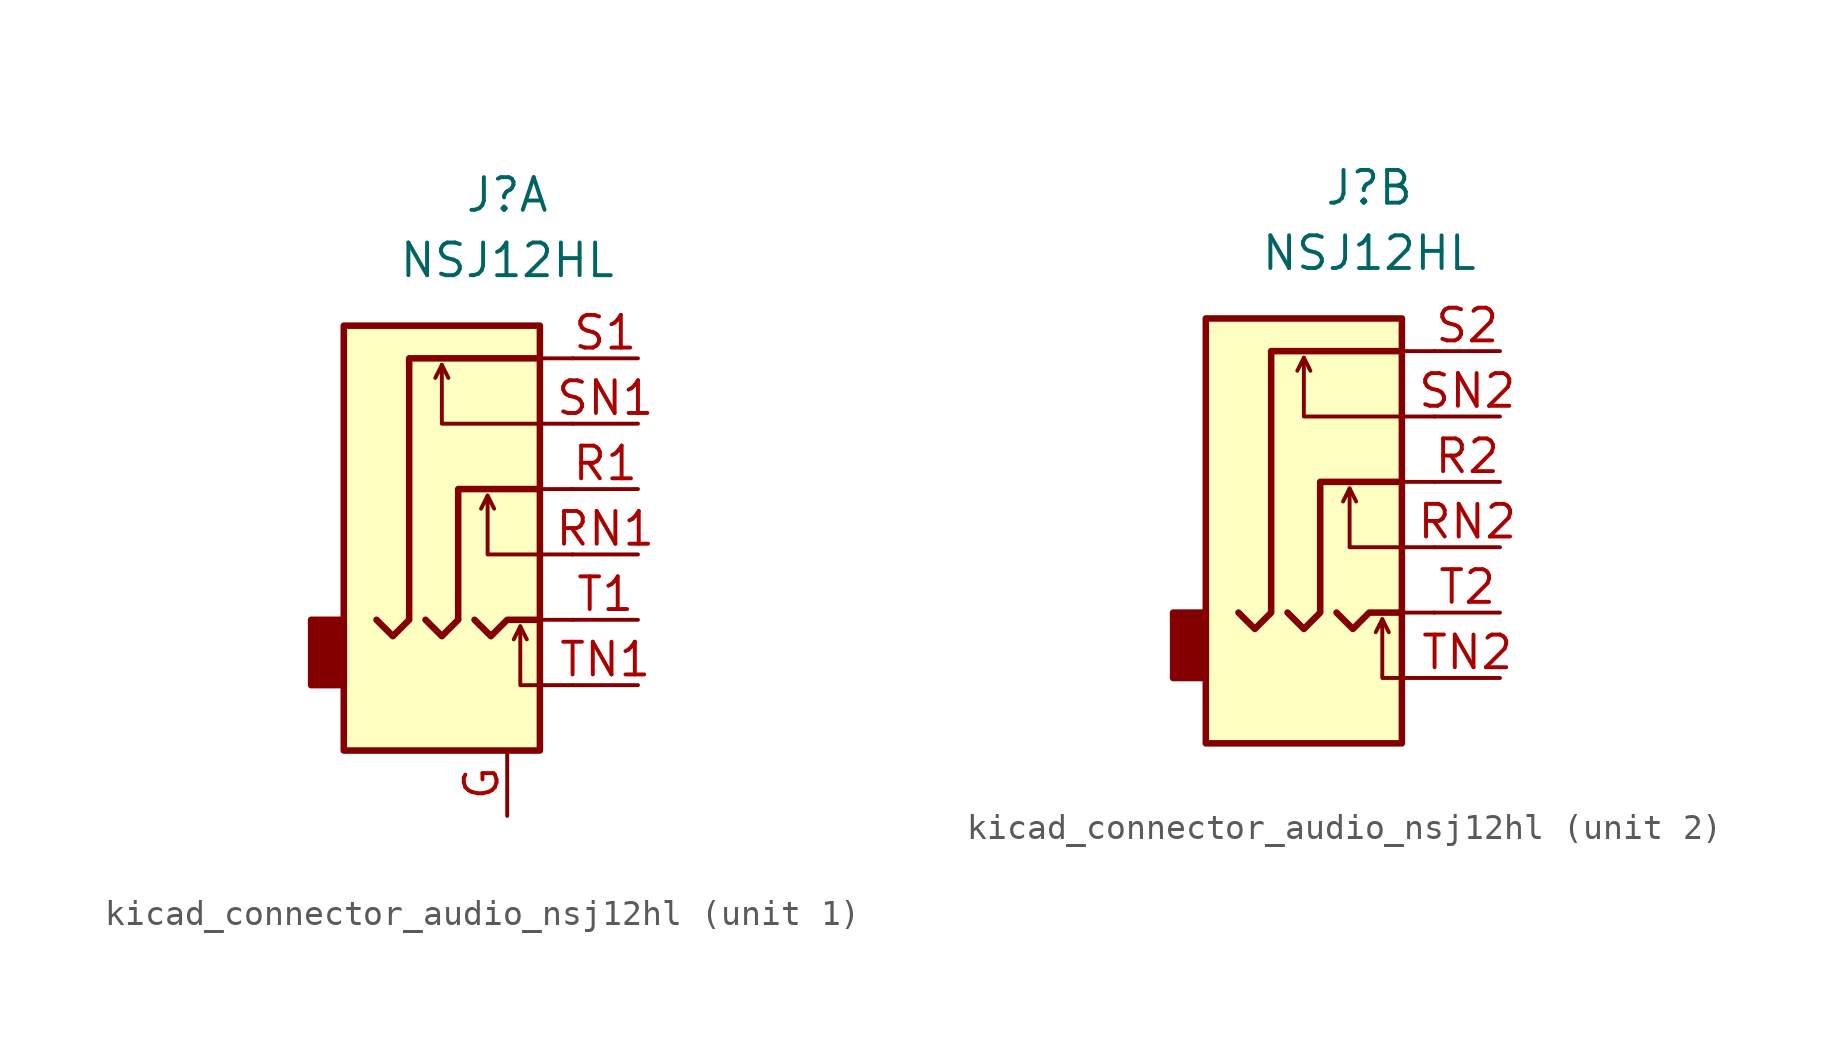
<source format=kicad_sym>
(kicad_symbol_lib
  (version 20220914)
  (generator kicad_symbol_editor)
  (symbol "kicad_connector_audio_nsj12hl"
    (property "Reference" "J"
      (at 0 11.43 0)
      (effects (font (size 1.27 1.27))))
    (property "Value" "NSJ12HL"
      (at 0 8.89 0)
      (effects (font (size 1.27 1.27))))
    (symbol "kicad_connector_audio_nsj12hl_0_1"
      (rectangle (start -6.35 -5.08) (end -7.62 -7.62) (stroke (width 0.254) (type default)) (fill (type outline)))
      (polyline (pts (xy -2.54 4.826) (xy -2.286 4.318)) (stroke (width 0) (type default)) (fill (type none)))
      (polyline (pts (xy -0.762 -0.254) (xy -0.508 -0.762)) (stroke (width 0) (type default)) (fill (type none)))
      (polyline (pts (xy 0.508 -5.334) (xy 0.762 -5.842)) (stroke (width 0) (type default)) (fill (type none)))
      (polyline (pts (xy 1.27 0) (xy 2.54 0)) (stroke (width 0) (type default)) (fill (type none)))
      (polyline (pts (xy 2.54 -5.08) (xy 1.27 -5.08)) (stroke (width 0) (type default)) (fill (type none)))
      (polyline (pts (xy 2.54 5.08) (xy 1.27 5.08)) (stroke (width 0) (type default)) (fill (type none)))
      (polyline (pts (xy -1.27 -5.08) (xy -0.635 -5.715) (xy 0 -5.08) (xy 1.27 -5.08)) (stroke (width 0.254) (type default)) (fill (type none)))
      (polyline (pts (xy 2.54 -7.62) (xy 0.508 -7.62) (xy 0.508 -5.334) (xy 0.254 -5.842)) (stroke (width 0) (type default)) (fill (type none)))
      (polyline (pts (xy 2.54 -2.54) (xy -0.762 -2.54) (xy -0.762 -0.254) (xy -1.016 -0.762)) (stroke (width 0) (type default)) (fill (type none)))
      (polyline (pts (xy 2.54 2.54) (xy -2.54 2.54) (xy -2.54 4.826) (xy -2.794 4.318)) (stroke (width 0) (type default)) (fill (type none)))
      (polyline (pts (xy -3.175 -5.08) (xy -2.54 -5.715) (xy -1.905 -5.08) (xy -1.905 0) (xy 1.27 0)) (stroke (width 0.254) (type default)) (fill (type none)))
      (polyline (pts (xy 1.27 5.08) (xy -3.81 5.08) (xy -3.81 -5.08) (xy -4.445 -5.715) (xy -5.08 -5.08)) (stroke (width 0.254) (type default)) (fill (type none)))
      (rectangle (start 1.27 6.35) (end -6.35 -10.16) (stroke (width 0.254) (type default)) (fill (type background))))
    (symbol "kicad_connector_audio_nsj12hl_1_1"
      (pin passive line (at 0 -12.7 90) (length 2.54) (name "~" (effects (font (size 1.27 1.27)))) (number "G" (effects (font (size 1.27 1.27)))))
      (pin passive line (at 5.08 0 180) (length 2.54) (name "~" (effects (font (size 1.27 1.27)))) (number "R1" (effects (font (size 1.27 1.27)))))
      (pin passive line (at 5.08 -2.54 180) (length 2.54) (name "~" (effects (font (size 1.27 1.27)))) (number "RN1" (effects (font (size 1.27 1.27)))))
      (pin passive line (at 5.08 5.08 180) (length 2.54) (name "~" (effects (font (size 1.27 1.27)))) (number "S1" (effects (font (size 1.27 1.27)))))
      (pin passive line (at 5.08 2.54 180) (length 2.54) (name "~" (effects (font (size 1.27 1.27)))) (number "SN1" (effects (font (size 1.27 1.27)))))
      (pin passive line (at 5.08 -5.08 180) (length 2.54) (name "~" (effects (font (size 1.27 1.27)))) (number "T1" (effects (font (size 1.27 1.27)))))
      (pin passive line (at 5.08 -7.62 180) (length 2.54) (name "~" (effects (font (size 1.27 1.27)))) (number "TN1" (effects (font (size 1.27 1.27))))))
    (symbol "kicad_connector_audio_nsj12hl_2_1"
      (pin passive line (at 5.08 0 180) (length 2.54) (name "~" (effects (font (size 1.27 1.27)))) (number "R2" (effects (font (size 1.27 1.27)))))
      (pin passive line (at 5.08 -2.54 180) (length 2.54) (name "~" (effects (font (size 1.27 1.27)))) (number "RN2" (effects (font (size 1.27 1.27)))))
      (pin passive line (at 5.08 5.08 180) (length 2.54) (name "~" (effects (font (size 1.27 1.27)))) (number "S2" (effects (font (size 1.27 1.27)))))
      (pin passive line (at 5.08 2.54 180) (length 2.54) (name "~" (effects (font (size 1.27 1.27)))) (number "SN2" (effects (font (size 1.27 1.27)))))
      (pin passive line (at 5.08 -5.08 180) (length 2.54) (name "~" (effects (font (size 1.27 1.27)))) (number "T2" (effects (font (size 1.27 1.27)))))
      (pin passive line (at 5.08 -7.62 180) (length 2.54) (name "~" (effects (font (size 1.27 1.27)))) (number "TN2" (effects (font (size 1.27 1.27))))))))
</source>
